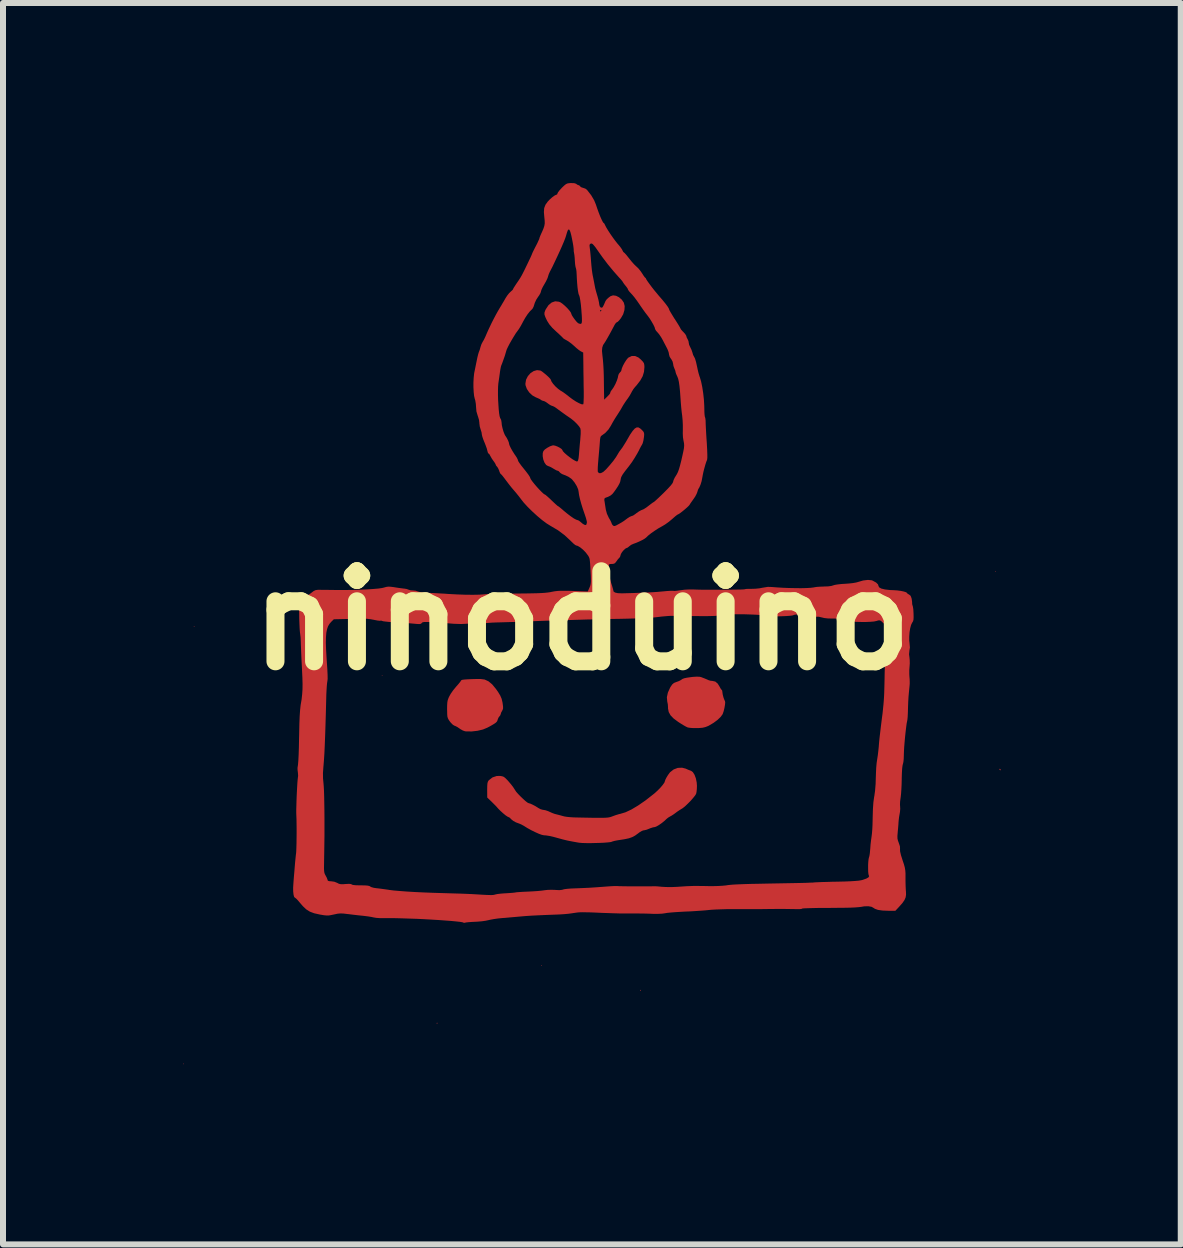
<source format=kicad_pcb>
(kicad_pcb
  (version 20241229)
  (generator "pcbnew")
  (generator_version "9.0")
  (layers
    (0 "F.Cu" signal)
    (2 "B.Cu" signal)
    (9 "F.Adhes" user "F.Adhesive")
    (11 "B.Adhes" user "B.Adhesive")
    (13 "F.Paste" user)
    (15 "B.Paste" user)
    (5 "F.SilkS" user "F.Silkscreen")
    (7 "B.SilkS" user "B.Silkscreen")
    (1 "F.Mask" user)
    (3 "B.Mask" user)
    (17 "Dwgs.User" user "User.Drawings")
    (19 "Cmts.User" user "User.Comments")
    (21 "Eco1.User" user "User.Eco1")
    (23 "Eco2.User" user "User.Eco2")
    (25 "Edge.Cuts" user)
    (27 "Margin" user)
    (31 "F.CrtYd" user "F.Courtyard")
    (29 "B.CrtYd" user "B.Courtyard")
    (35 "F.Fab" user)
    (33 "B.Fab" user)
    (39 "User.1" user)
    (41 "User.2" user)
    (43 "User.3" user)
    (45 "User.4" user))
  (footprint "ninoduino"
    (layer "F.Cu")
    (at 6.647 7.29)
    (property "Reference" "ninoduino" (at 0 0 0) (layer "F.SilkS") (effects (font (size 1.5 1.5) (thickness 0.3))))
    (attr board_only exclude_from_pos_files exclude_from_bom)
    (fp_poly (pts (xy -6.634 7.386) (xy -6.641 7.393) (xy -6.647 7.386) (xy -6.641 7.379)) (stroke (width 0) (type solid)) (fill yes) (layer "F.Cu"))
    (fp_poly (pts (xy -6.456 0.096) (xy -6.463 0.103) (xy -6.47 0.096) (xy -6.463 0.089)) (stroke (width 0) (type solid)) (fill yes) (layer "F.Cu"))
    (fp_poly (pts (xy -3.324 0.916) (xy -3.331 0.923) (xy -3.337 0.916) (xy -3.331 0.91)) (stroke (width 0) (type solid)) (fill yes) (layer "F.Cu"))
    (fp_poly (pts (xy -0.67 5.745) (xy -0.677 5.752) (xy -0.684 5.745) (xy -0.677 5.738)) (stroke (width 0) (type solid)) (fill yes) (layer "F.Cu"))
    (fp_poly (pts (xy 6.894 -0.821) (xy 6.887 -0.814) (xy 6.88 -0.821) (xy 6.887 -0.828)) (stroke (width 0) (type solid)) (fill yes) (layer "F.Cu"))
    (fp_poly (pts (xy -2.412 6.7) (xy -2.41 6.716) (xy -2.412 6.718) (xy -2.42 6.716) (xy -2.421 6.709) (xy -2.416 6.698)) (stroke (width 0) (type solid)) (fill yes) (layer "F.Cu"))
    (fp_poly (pts (xy 0.98 6.153) (xy 0.982 6.169) (xy 0.98 6.171) (xy 0.972 6.169) (xy 0.971 6.162) (xy 0.976 6.151)) (stroke (width 0) (type solid)) (fill yes) (layer "F.Cu"))
    (fp_poly (pts (xy 6.975 2.479) (xy 6.976 2.483) (xy 6.971 2.496) (xy 6.97 2.496) (xy 6.958 2.487) (xy 6.955 2.483) (xy 6.956 2.47) (xy 6.961 2.469)) (stroke (width 0) (type solid)) (fill yes) (layer "F.Cu"))
    (fp_poly (pts (xy -1.622 0.982) (xy -1.559 1.011) (xy -1.498 1.061) (xy -1.436 1.136) (xy -1.399 1.188) (xy -1.362 1.249) (xy -1.339 1.303) (xy -1.325 1.362) (xy -1.323 1.375) (xy -1.316 1.428) (xy -1.315 1.462) (xy -1.322 1.486) (xy -1.331 1.503) (xy -1.348 1.534) (xy -1.354 1.557) (xy -1.364 1.582) (xy -1.375 1.594) (xy -1.393 1.619) (xy -1.406 1.653) (xy -1.412 1.672) (xy -1.422 1.687) (xy -1.44 1.704) (xy -1.47 1.724) (xy -1.516 1.751) (xy -1.573 1.782) (xy -1.649 1.814) (xy -1.741 1.836) (xy -1.838 1.847) (xy -1.93 1.846) (xy -1.949 1.844) (xy -1.986 1.831) (xy -2.027 1.808) (xy -2.038 1.8) (xy -2.076 1.774) (xy -2.112 1.756) (xy -2.121 1.753) (xy -2.15 1.737) (xy -2.183 1.704) (xy -2.201 1.682) (xy -2.222 1.652) (xy -2.235 1.626) (xy -2.243 1.598) (xy -2.246 1.559) (xy -2.247 1.502) (xy -2.248 1.479) (xy -2.247 1.412) (xy -2.244 1.363) (xy -2.237 1.325) (xy -2.224 1.289) (xy -2.213 1.265) (xy -2.187 1.219) (xy -2.149 1.164) (xy -2.105 1.11) (xy -2.094 1.097) (xy -2.057 1.055) (xy -2.029 1.02) (xy -2.013 0.997) (xy -2.011 0.993) (xy -1.998 0.987) (xy -1.961 0.982) (xy -1.906 0.978) (xy -1.835 0.975) (xy -1.753 0.973) (xy -1.689 0.973)) (stroke (width 0) (type solid)) (fill yes) (layer "F.Cu"))
    (fp_poly (pts (xy 1.96 0.936) (xy 1.983 0.941) (xy 2.038 0.962) (xy 2.074 0.977) (xy 2.099 0.988) (xy 2.11 0.993) (xy 2.141 1.002) (xy 2.172 1.005) (xy 2.221 1.016) (xy 2.261 1.05) (xy 2.292 1.1) (xy 2.31 1.133) (xy 2.325 1.153) (xy 2.329 1.156) (xy 2.336 1.168) (xy 2.339 1.193) (xy 2.345 1.234) (xy 2.358 1.284) (xy 2.375 1.328) (xy 2.382 1.34) (xy 2.386 1.364) (xy 2.382 1.405) (xy 2.373 1.456) (xy 2.361 1.507) (xy 2.346 1.551) (xy 2.34 1.564) (xy 2.307 1.608) (xy 2.255 1.657) (xy 2.19 1.705) (xy 2.117 1.748) (xy 2.102 1.756) (xy 2.056 1.774) (xy 2.01 1.785) (xy 1.952 1.79) (xy 1.915 1.791) (xy 1.856 1.791) (xy 1.802 1.787) (xy 1.764 1.781) (xy 1.758 1.779) (xy 1.729 1.765) (xy 1.685 1.74) (xy 1.632 1.707) (xy 1.6 1.686) (xy 1.526 1.631) (xy 1.475 1.578) (xy 1.445 1.524) (xy 1.433 1.465) (xy 1.433 1.443) (xy 1.43 1.396) (xy 1.42 1.347) (xy 1.42 1.345) (xy 1.414 1.277) (xy 1.431 1.199) (xy 1.47 1.113) (xy 1.475 1.105) (xy 1.503 1.064) (xy 1.532 1.039) (xy 1.572 1.023) (xy 1.572 1.023) (xy 1.614 1.008) (xy 1.647 0.991) (xy 1.654 0.986) (xy 1.674 0.972) (xy 1.703 0.961) (xy 1.745 0.952) (xy 1.806 0.943) (xy 1.847 0.938) (xy 1.91 0.934)) (stroke (width 0) (type solid)) (fill yes) (layer "F.Cu"))
    (fp_poly (pts (xy 1.726 2.466) (xy 1.769 2.485) (xy 1.806 2.499) (xy 1.816 2.502) (xy 1.847 2.525) (xy 1.875 2.569) (xy 1.897 2.628) (xy 1.911 2.697) (xy 1.915 2.753) (xy 1.913 2.808) (xy 1.908 2.856) (xy 1.901 2.887) (xy 1.883 2.916) (xy 1.85 2.957) (xy 1.808 3.005) (xy 1.761 3.052) (xy 1.716 3.095) (xy 1.678 3.125) (xy 1.662 3.135) (xy 1.626 3.157) (xy 1.583 3.186) (xy 1.566 3.199) (xy 1.525 3.229) (xy 1.484 3.255) (xy 1.47 3.262) (xy 1.435 3.283) (xy 1.409 3.304) (xy 1.374 3.337) (xy 1.331 3.372) (xy 1.285 3.404) (xy 1.244 3.428) (xy 1.215 3.44) (xy 1.211 3.44) (xy 1.179 3.446) (xy 1.137 3.46) (xy 1.12 3.467) (xy 1.077 3.484) (xy 1.039 3.493) (xy 1.028 3.494) (xy 1 3.503) (xy 0.962 3.525) (xy 0.934 3.546) (xy 0.886 3.581) (xy 0.838 3.607) (xy 0.782 3.627) (xy 0.712 3.642) (xy 0.649 3.652) (xy 0.59 3.661) (xy 0.539 3.671) (xy 0.504 3.681) (xy 0.496 3.685) (xy 0.471 3.691) (xy 0.425 3.696) (xy 0.362 3.701) (xy 0.289 3.704) (xy 0.21 3.706) (xy 0.132 3.708) (xy 0.06 3.707) (xy -0.001 3.705) (xy -0.045 3.701) (xy -0.048 3.701) (xy -0.155 3.682) (xy -0.242 3.665) (xy -0.316 3.647) (xy -0.367 3.633) (xy -0.466 3.606) (xy -0.543 3.588) (xy -0.601 3.579) (xy -0.634 3.577) (xy -0.668 3.57) (xy -0.719 3.552) (xy -0.781 3.524) (xy -0.848 3.491) (xy -0.913 3.455) (xy -0.964 3.423) (xy -1.007 3.399) (xy -1.048 3.381) (xy -1.06 3.377) (xy -1.103 3.361) (xy -1.147 3.336) (xy -1.183 3.307) (xy -1.194 3.294) (xy -1.213 3.278) (xy -1.22 3.276) (xy -1.24 3.267) (xy -1.274 3.244) (xy -1.314 3.211) (xy -1.356 3.173) (xy -1.392 3.137) (xy -1.402 3.126) (xy -1.434 3.09) (xy -1.477 3.047) (xy -1.511 3.013) (xy -1.579 2.948) (xy -1.58 2.82) (xy -1.579 2.756) (xy -1.576 2.714) (xy -1.569 2.686) (xy -1.558 2.667) (xy -1.552 2.66) (xy -1.492 2.613) (xy -1.421 2.589) (xy -1.363 2.588) (xy -1.329 2.594) (xy -1.302 2.604) (xy -1.276 2.625) (xy -1.242 2.659) (xy -1.221 2.683) (xy -1.18 2.731) (xy -1.144 2.779) (xy -1.119 2.818) (xy -1.115 2.824) (xy -1.096 2.853) (xy -1.063 2.89) (xy -1.022 2.932) (xy -0.979 2.973) (xy -0.939 3.009) (xy -0.906 3.034) (xy -0.886 3.043) (xy -0.886 3.043) (xy -0.86 3.05) (xy -0.821 3.068) (xy -0.777 3.091) (xy -0.737 3.116) (xy -0.73 3.121) (xy -0.691 3.142) (xy -0.652 3.153) (xy -0.648 3.153) (xy -0.612 3.159) (xy -0.566 3.174) (xy -0.54 3.186) (xy -0.495 3.206) (xy -0.454 3.221) (xy -0.438 3.225) (xy -0.406 3.233) (xy -0.36 3.245) (xy -0.321 3.256) (xy -0.289 3.264) (xy -0.25 3.27) (xy -0.201 3.275) (xy -0.138 3.279) (xy -0.058 3.281) (xy 0.045 3.283) (xy 0.1 3.284) (xy 0.206 3.286) (xy 0.288 3.286) (xy 0.351 3.286) (xy 0.399 3.284) (xy 0.434 3.281) (xy 0.462 3.276) (xy 0.486 3.269) (xy 0.51 3.26) (xy 0.51 3.26) (xy 0.562 3.241) (xy 0.615 3.225) (xy 0.637 3.22) (xy 0.724 3.194) (xy 0.824 3.147) (xy 0.936 3.08) (xy 1.058 2.996) (xy 1.187 2.895) (xy 1.207 2.879) (xy 1.259 2.832) (xy 1.306 2.784) (xy 1.345 2.738) (xy 1.372 2.7) (xy 1.381 2.675) (xy 1.389 2.651) (xy 1.407 2.615) (xy 1.432 2.574) (xy 1.458 2.538) (xy 1.468 2.526) (xy 1.527 2.48) (xy 1.596 2.454) (xy 1.668 2.451)) (stroke (width 0) (type solid)) (fill yes) (layer "F.Cu"))
    (fp_poly (pts (xy -0.13 -7.288) (xy -0.098 -7.278) (xy -0.094 -7.274) (xy -0.07 -7.258) (xy -0.059 -7.256) (xy -0.038 -7.245) (xy -0.033 -7.237) (xy -0.015 -7.221) (xy 0.017 -7.21) (xy 0.018 -7.21) (xy 0.056 -7.197) (xy 0.083 -7.177) (xy 0.153 -7.087) (xy 0.202 -7.004) (xy 0.232 -6.931) (xy 0.254 -6.865) (xy 0.278 -6.799) (xy 0.302 -6.737) (xy 0.325 -6.685) (xy 0.344 -6.647) (xy 0.356 -6.628) (xy 0.358 -6.627) (xy 0.371 -6.616) (xy 0.383 -6.592) (xy 0.401 -6.556) (xy 0.432 -6.504) (xy 0.471 -6.444) (xy 0.514 -6.382) (xy 0.557 -6.324) (xy 0.595 -6.276) (xy 0.605 -6.265) (xy 0.638 -6.225) (xy 0.664 -6.188) (xy 0.676 -6.165) (xy 0.688 -6.142) (xy 0.697 -6.135) (xy 0.71 -6.124) (xy 0.735 -6.097) (xy 0.767 -6.057) (xy 0.787 -6.032) (xy 0.827 -5.982) (xy 0.867 -5.937) (xy 0.901 -5.904) (xy 0.911 -5.895) (xy 0.943 -5.864) (xy 0.978 -5.82) (xy 1.001 -5.786) (xy 1.026 -5.747) (xy 1.046 -5.72) (xy 1.056 -5.711) (xy 1.066 -5.7) (xy 1.067 -5.695) (xy 1.075 -5.679) (xy 1.097 -5.646) (xy 1.129 -5.602) (xy 1.167 -5.551) (xy 1.208 -5.499) (xy 1.249 -5.45) (xy 1.271 -5.423) (xy 1.341 -5.342) (xy 1.394 -5.277) (xy 1.43 -5.228) (xy 1.448 -5.197) (xy 1.45 -5.189) (xy 1.457 -5.171) (xy 1.477 -5.135) (xy 1.506 -5.087) (xy 1.541 -5.03) (xy 1.546 -5.024) (xy 1.582 -4.967) (xy 1.612 -4.919) (xy 1.632 -4.884) (xy 1.641 -4.866) (xy 1.641 -4.866) (xy 1.65 -4.85) (xy 1.673 -4.824) (xy 1.689 -4.808) (xy 1.718 -4.776) (xy 1.735 -4.749) (xy 1.738 -4.74) (xy 1.746 -4.713) (xy 1.758 -4.692) (xy 1.774 -4.657) (xy 1.778 -4.631) (xy 1.785 -4.595) (xy 1.803 -4.556) (xy 1.804 -4.554) (xy 1.825 -4.51) (xy 1.84 -4.465) (xy 1.851 -4.427) (xy 1.866 -4.398) (xy 1.867 -4.397) (xy 1.883 -4.366) (xy 1.9 -4.308) (xy 1.919 -4.223) (xy 1.928 -4.179) (xy 1.941 -4.125) (xy 1.958 -4.068) (xy 1.963 -4.056) (xy 1.984 -3.985) (xy 2.003 -3.894) (xy 2.019 -3.791) (xy 2.031 -3.683) (xy 2.037 -3.579) (xy 2.038 -3.535) (xy 2.039 -3.477) (xy 2.042 -3.43) (xy 2.046 -3.4) (xy 2.048 -3.393) (xy 2.054 -3.375) (xy 2.059 -3.338) (xy 2.06 -3.305) (xy 2.061 -3.267) (xy 2.064 -3.207) (xy 2.068 -3.132) (xy 2.073 -3.047) (xy 2.079 -2.962) (xy 2.085 -2.852) (xy 2.088 -2.768) (xy 2.088 -2.711) (xy 2.084 -2.679) (xy 2.082 -2.674) (xy 2.071 -2.647) (xy 2.056 -2.601) (xy 2.04 -2.544) (xy 2.024 -2.483) (xy 2.012 -2.425) (xy 2.005 -2.387) (xy 1.993 -2.324) (xy 1.975 -2.266) (xy 1.956 -2.221) (xy 1.947 -2.207) (xy 1.933 -2.181) (xy 1.922 -2.144) (xy 1.922 -2.144) (xy 1.909 -2.11) (xy 1.885 -2.065) (xy 1.854 -2.02) (xy 1.825 -1.979) (xy 1.802 -1.946) (xy 1.791 -1.927) (xy 1.79 -1.926) (xy 1.777 -1.911) (xy 1.749 -1.884) (xy 1.712 -1.852) (xy 1.673 -1.82) (xy 1.637 -1.792) (xy 1.611 -1.775) (xy 1.602 -1.771) (xy 1.587 -1.763) (xy 1.557 -1.74) (xy 1.518 -1.706) (xy 1.501 -1.691) (xy 1.447 -1.646) (xy 1.387 -1.603) (xy 1.332 -1.57) (xy 1.326 -1.567) (xy 1.271 -1.536) (xy 1.211 -1.497) (xy 1.152 -1.456) (xy 1.103 -1.417) (xy 1.07 -1.385) (xy 1.068 -1.383) (xy 1.044 -1.365) (xy 1.002 -1.341) (xy 0.948 -1.315) (xy 0.89 -1.291) (xy 0.859 -1.28) (xy 0.819 -1.262) (xy 0.788 -1.239) (xy 0.786 -1.237) (xy 0.762 -1.217) (xy 0.746 -1.211) (xy 0.724 -1.2) (xy 0.695 -1.174) (xy 0.667 -1.141) (xy 0.648 -1.109) (xy 0.643 -1.092) (xy 0.633 -1.06) (xy 0.62 -1.045) (xy 0.597 -1.02) (xy 0.573 -0.986) (xy 0.572 -0.985) (xy 0.549 -0.956) (xy 0.52 -0.945) (xy 0.496 -0.944) (xy 0.462 -0.942) (xy 0.449 -0.933) (xy 0.447 -0.911) (xy 0.447 -0.91) (xy 0.449 -0.876) (xy 0.451 -0.829) (xy 0.452 -0.8) (xy 0.457 -0.748) (xy 0.47 -0.684) (xy 0.486 -0.625) (xy 0.502 -0.576) (xy 0.514 -0.535) (xy 0.52 -0.511) (xy 0.52 -0.509) (xy 0.527 -0.483) (xy 0.552 -0.467) (xy 0.597 -0.457) (xy 0.665 -0.454) (xy 0.698 -0.455) (xy 0.85 -0.459) (xy 0.978 -0.464) (xy 1.086 -0.468) (xy 1.177 -0.473) (xy 1.255 -0.478) (xy 1.323 -0.484) (xy 1.357 -0.487) (xy 1.419 -0.493) (xy 1.471 -0.496) (xy 1.508 -0.497) (xy 1.522 -0.496) (xy 1.543 -0.494) (xy 1.584 -0.498) (xy 1.635 -0.505) (xy 1.642 -0.506) (xy 1.712 -0.515) (xy 1.789 -0.519) (xy 1.847 -0.519) (xy 1.897 -0.517) (xy 1.965 -0.515) (xy 2.046 -0.514) (xy 2.137 -0.514) (xy 2.233 -0.514) (xy 2.329 -0.514) (xy 2.424 -0.515) (xy 2.511 -0.516) (xy 2.587 -0.517) (xy 2.649 -0.518) (xy 2.692 -0.52) (xy 2.712 -0.522) (xy 2.713 -0.523) (xy 2.733 -0.527) (xy 2.772 -0.529) (xy 2.822 -0.529) (xy 2.825 -0.529) (xy 2.89 -0.531) (xy 2.958 -0.538) (xy 3.004 -0.547) (xy 3.097 -0.562) (xy 3.16 -0.56) (xy 3.248 -0.553) (xy 3.346 -0.547) (xy 3.448 -0.543) (xy 3.55 -0.541) (xy 3.647 -0.54) (xy 3.734 -0.542) (xy 3.806 -0.546) (xy 3.857 -0.552) (xy 3.871 -0.555) (xy 3.908 -0.561) (xy 3.961 -0.565) (xy 4.021 -0.567) (xy 4.032 -0.568) (xy 4.099 -0.57) (xy 4.153 -0.577) (xy 4.183 -0.586) (xy 4.212 -0.595) (xy 4.263 -0.603) (xy 4.327 -0.61) (xy 4.379 -0.613) (xy 4.448 -0.618) (xy 4.512 -0.625) (xy 4.564 -0.634) (xy 4.591 -0.641) (xy 4.683 -0.668) (xy 4.763 -0.678) (xy 4.826 -0.672) (xy 4.842 -0.666) (xy 4.9 -0.634) (xy 4.932 -0.603) (xy 4.938 -0.582) (xy 4.95 -0.555) (xy 4.986 -0.534) (xy 5.047 -0.519) (xy 5.134 -0.509) (xy 5.189 -0.507) (xy 5.251 -0.503) (xy 5.311 -0.495) (xy 5.363 -0.484) (xy 5.4 -0.472) (xy 5.416 -0.46) (xy 5.416 -0.458) (xy 5.427 -0.446) (xy 5.449 -0.434) (xy 5.475 -0.413) (xy 5.49 -0.374) (xy 5.493 -0.36) (xy 5.499 -0.319) (xy 5.501 -0.289) (xy 5.5 -0.283) (xy 5.505 -0.256) (xy 5.509 -0.249) (xy 5.514 -0.228) (xy 5.52 -0.188) (xy 5.523 -0.135) (xy 5.524 -0.116) (xy 5.525 -0.057) (xy 5.523 -0.017) (xy 5.516 0.01) (xy 5.503 0.032) (xy 5.5 0.036) (xy 5.483 0.072) (xy 5.468 0.128) (xy 5.457 0.195) (xy 5.452 0.266) (xy 5.452 0.332) (xy 5.457 0.375) (xy 5.463 0.449) (xy 5.456 0.492) (xy 5.449 0.561) (xy 5.455 0.606) (xy 5.46 0.656) (xy 5.461 0.716) (xy 5.458 0.759) (xy 5.453 0.823) (xy 5.453 0.892) (xy 5.455 0.93) (xy 5.459 0.977) (xy 5.46 1.016) (xy 5.46 1.055) (xy 5.456 1.101) (xy 5.45 1.162) (xy 5.446 1.204) (xy 5.44 1.273) (xy 5.435 1.357) (xy 5.432 1.441) (xy 5.431 1.477) (xy 5.429 1.544) (xy 5.426 1.606) (xy 5.421 1.654) (xy 5.417 1.676) (xy 5.409 1.715) (xy 5.401 1.775) (xy 5.392 1.85) (xy 5.383 1.935) (xy 5.375 2.022) (xy 5.368 2.107) (xy 5.364 2.182) (xy 5.362 2.242) (xy 5.362 2.249) (xy 5.36 2.305) (xy 5.355 2.354) (xy 5.348 2.386) (xy 5.346 2.391) (xy 5.34 2.417) (xy 5.334 2.466) (xy 5.33 2.537) (xy 5.327 2.624) (xy 5.327 2.646) (xy 5.325 2.73) (xy 5.321 2.812) (xy 5.316 2.884) (xy 5.31 2.94) (xy 5.307 2.96) (xy 5.3 3.015) (xy 5.298 3.065) (xy 5.3 3.095) (xy 5.302 3.135) (xy 5.298 3.187) (xy 5.293 3.215) (xy 5.283 3.272) (xy 5.276 3.332) (xy 5.274 3.354) (xy 5.271 3.401) (xy 5.266 3.462) (xy 5.26 3.525) (xy 5.26 3.529) (xy 5.255 3.588) (xy 5.256 3.631) (xy 5.264 3.666) (xy 5.278 3.704) (xy 5.297 3.761) (xy 5.299 3.806) (xy 5.298 3.808) (xy 5.3 3.846) (xy 5.314 3.907) (xy 5.341 3.992) (xy 5.341 3.993) (xy 5.364 4.061) (xy 5.378 4.113) (xy 5.386 4.159) (xy 5.39 4.21) (xy 5.39 4.274) (xy 5.39 4.278) (xy 5.39 4.351) (xy 5.392 4.425) (xy 5.395 4.489) (xy 5.397 4.51) (xy 5.399 4.566) (xy 5.392 4.612) (xy 5.373 4.656) (xy 5.34 4.704) (xy 5.289 4.762) (xy 5.282 4.77) (xy 5.221 4.835) (xy 5.11 4.835) (xy 5.008 4.831) (xy 4.931 4.82) (xy 4.88 4.802) (xy 4.864 4.791) (xy 4.826 4.769) (xy 4.769 4.759) (xy 4.7 4.761) (xy 4.655 4.769) (xy 4.615 4.774) (xy 4.552 4.779) (xy 4.466 4.783) (xy 4.355 4.785) (xy 4.219 4.786) (xy 4.131 4.787) (xy 4.023 4.787) (xy 3.923 4.788) (xy 3.835 4.79) (xy 3.763 4.792) (xy 3.709 4.794) (xy 3.677 4.796) (xy 3.67 4.798) (xy 3.662 4.802) (xy 3.65 4.805) (xy 3.63 4.807) (xy 3.598 4.807) (xy 3.551 4.807) (xy 3.482 4.806) (xy 3.419 4.805) (xy 3.348 4.804) (xy 3.262 4.804) (xy 3.176 4.805) (xy 3.132 4.805) (xy 3.074 4.806) (xy 2.994 4.807) (xy 2.899 4.807) (xy 2.794 4.807) (xy 2.686 4.807) (xy 2.614 4.807) (xy 2.508 4.807) (xy 2.403 4.808) (xy 2.305 4.811) (xy 2.22 4.814) (xy 2.154 4.818) (xy 2.122 4.821) (xy 2.064 4.827) (xy 1.987 4.833) (xy 1.897 4.839) (xy 1.802 4.845) (xy 1.723 4.848) (xy 1.635 4.853) (xy 1.551 4.858) (xy 1.477 4.864) (xy 1.419 4.87) (xy 1.383 4.876) (xy 1.333 4.883) (xy 1.268 4.886) (xy 1.198 4.886) (xy 1.185 4.886) (xy 1.116 4.883) (xy 1.032 4.881) (xy 0.947 4.88) (xy 0.903 4.88) (xy 0.832 4.88) (xy 0.763 4.88) (xy 0.706 4.88) (xy 0.677 4.88) (xy 0.643 4.88) (xy 0.586 4.878) (xy 0.513 4.876) (xy 0.429 4.873) (xy 0.338 4.87) (xy 0.315 4.869) (xy 0.208 4.864) (xy 0.124 4.861) (xy 0.059 4.86) (xy 0.009 4.859) (xy -0.031 4.86) (xy -0.065 4.862) (xy -0.096 4.866) (xy -0.131 4.871) (xy -0.164 4.876) (xy -0.222 4.884) (xy -0.297 4.891) (xy -0.376 4.896) (xy -0.424 4.898) (xy -0.585 4.904) (xy -0.722 4.91) (xy -0.841 4.916) (xy -0.945 4.923) (xy -1.026 4.93) (xy -1.104 4.937) (xy -1.196 4.945) (xy -1.285 4.953) (xy -1.327 4.956) (xy -1.399 4.963) (xy -1.469 4.973) (xy -1.528 4.984) (xy -1.559 4.991) (xy -1.606 5.001) (xy -1.67 5.01) (xy -1.741 5.016) (xy -1.778 5.018) (xy -1.84 5.021) (xy -1.893 5.025) (xy -1.93 5.029) (xy -1.943 5.032) (xy -1.966 5.036) (xy -1.973 5.033) (xy -1.992 5.026) (xy -2.035 5.019) (xy -2.1 5.012) (xy -2.182 5.004) (xy -2.279 4.997) (xy -2.388 4.989) (xy -2.505 4.982) (xy -2.627 4.975) (xy -2.751 4.969) (xy -2.874 4.965) (xy -2.993 4.961) (xy -3.104 4.958) (xy -3.205 4.957) (xy -3.292 4.957) (xy -3.313 4.957) (xy -3.372 4.957) (xy -3.428 4.953) (xy -3.469 4.946) (xy -3.47 4.946) (xy -3.507 4.938) (xy -3.562 4.929) (xy -3.625 4.921) (xy -3.652 4.918) (xy -3.73 4.91) (xy -3.816 4.9) (xy -3.896 4.89) (xy -3.908 4.889) (xy -3.974 4.881) (xy -4.024 4.879) (xy -4.07 4.883) (xy -4.122 4.894) (xy -4.136 4.897) (xy -4.184 4.907) (xy -4.221 4.913) (xy -4.257 4.913) (xy -4.3 4.909) (xy -4.359 4.899) (xy -4.375 4.896) (xy -4.464 4.876) (xy -4.535 4.849) (xy -4.595 4.811) (xy -4.653 4.756) (xy -4.701 4.7) (xy -4.734 4.661) (xy -4.763 4.631) (xy -4.781 4.618) (xy -4.783 4.617) (xy -4.796 4.604) (xy -4.806 4.568) (xy -4.812 4.515) (xy -4.813 4.451) (xy -4.809 4.385) (xy -4.805 4.329) (xy -4.799 4.255) (xy -4.792 4.174) (xy -4.787 4.11) (xy -4.781 4.037) (xy -4.774 3.967) (xy -4.768 3.908) (xy -4.763 3.871) (xy -4.761 3.839) (xy -4.759 3.786) (xy -4.757 3.716) (xy -4.756 3.635) (xy -4.755 3.549) (xy -4.755 3.463) (xy -4.756 3.382) (xy -4.757 3.312) (xy -4.759 3.259) (xy -4.76 3.235) (xy -4.761 3.203) (xy -4.761 3.151) (xy -4.759 3.084) (xy -4.757 3.006) (xy -4.754 2.924) (xy -4.75 2.842) (xy -4.746 2.767) (xy -4.742 2.702) (xy -4.738 2.653) (xy -4.735 2.627) (xy -4.735 2.626) (xy -4.73 2.585) (xy -4.733 2.539) (xy -4.316 2.539) (xy -4.315 2.628) (xy -4.307 2.713) (xy -4.303 2.762) (xy -4.299 2.834) (xy -4.296 2.927) (xy -4.294 3.037) (xy -4.292 3.161) (xy -4.291 3.296) (xy -4.291 3.438) (xy -4.291 3.584) (xy -4.293 3.731) (xy -4.295 3.874) (xy -4.297 3.987) (xy -4.298 4.068) (xy -4.299 4.127) (xy -4.297 4.169) (xy -4.293 4.198) (xy -4.286 4.221) (xy -4.276 4.24) (xy -4.271 4.249) (xy -4.252 4.285) (xy -4.241 4.314) (xy -4.24 4.32) (xy -4.233 4.335) (xy -4.209 4.342) (xy -4.182 4.343) (xy -4.126 4.351) (xy -4.079 4.37) (xy -4.05 4.385) (xy -4.018 4.392) (xy -3.976 4.392) (xy -3.941 4.389) (xy -3.881 4.386) (xy -3.847 4.39) (xy -3.838 4.396) (xy -3.819 4.404) (xy -3.775 4.409) (xy -3.708 4.411) (xy -3.687 4.411) (xy -3.616 4.412) (xy -3.568 4.416) (xy -3.54 4.423) (xy -3.53 4.43) (xy -3.509 4.441) (xy -3.47 4.452) (xy -3.43 4.458) (xy -3.377 4.464) (xy -3.309 4.473) (xy -3.237 4.483) (xy -3.207 4.488) (xy -3.135 4.497) (xy -3.039 4.505) (xy -2.923 4.514) (xy -2.79 4.522) (xy -2.645 4.529) (xy -2.491 4.535) (xy -2.331 4.54) (xy -2.23 4.543) (xy -2.13 4.546) (xy -2.025 4.549) (xy -1.922 4.553) (xy -1.831 4.557) (xy -1.778 4.56) (xy -1.681 4.566) (xy -1.608 4.57) (xy -1.553 4.572) (xy -1.514 4.573) (xy -1.486 4.572) (xy -1.465 4.569) (xy -1.448 4.564) (xy -1.442 4.563) (xy -1.411 4.556) (xy -1.361 4.55) (xy -1.301 4.545) (xy -1.264 4.543) (xy -1.204 4.539) (xy -1.153 4.535) (xy -1.118 4.531) (xy -1.107 4.529) (xy -1.087 4.526) (xy -1.045 4.523) (xy -0.986 4.519) (xy -0.918 4.516) (xy -0.895 4.515) (xy -0.817 4.511) (xy -0.743 4.506) (xy -0.679 4.5) (xy -0.633 4.494) (xy -0.628 4.493) (xy -0.575 4.487) (xy -0.51 4.485) (xy -0.45 4.487) (xy -0.379 4.491) (xy -0.332 4.486) (xy -0.317 4.481) (xy -0.293 4.475) (xy -0.247 4.469) (xy -0.184 4.464) (xy -0.109 4.461) (xy -0.079 4.46) (xy 0.017 4.456) (xy 0.125 4.451) (xy 0.232 4.444) (xy 0.325 4.437) (xy 0.328 4.437) (xy 0.405 4.431) (xy 0.477 4.426) (xy 0.538 4.423) (xy 0.58 4.423) (xy 0.588 4.423) (xy 0.622 4.425) (xy 0.676 4.426) (xy 0.744 4.427) (xy 0.821 4.428) (xy 0.902 4.428) (xy 0.982 4.428) (xy 1.055 4.428) (xy 1.118 4.428) (xy 1.164 4.427) (xy 1.189 4.426) (xy 1.19 4.426) (xy 1.212 4.426) (xy 1.254 4.428) (xy 1.308 4.433) (xy 1.327 4.435) (xy 1.401 4.439) (xy 1.491 4.44) (xy 1.585 4.436) (xy 1.614 4.434) (xy 1.689 4.429) (xy 1.751 4.425) (xy 1.806 4.423) (xy 1.861 4.421) (xy 1.922 4.421) (xy 1.996 4.422) (xy 2.091 4.423) (xy 2.106 4.424) (xy 2.187 4.424) (xy 2.267 4.422) (xy 2.338 4.418) (xy 2.392 4.413) (xy 2.4 4.412) (xy 2.432 4.407) (xy 2.469 4.403) (xy 2.514 4.399) (xy 2.569 4.396) (xy 2.637 4.393) (xy 2.719 4.39) (xy 2.818 4.387) (xy 2.936 4.385) (xy 3.075 4.382) (xy 3.238 4.379) (xy 3.347 4.377) (xy 3.46 4.375) (xy 3.565 4.373) (xy 3.66 4.371) (xy 3.74 4.369) (xy 3.803 4.366) (xy 3.845 4.365) (xy 3.86 4.363) (xy 3.886 4.361) (xy 3.935 4.359) (xy 4.002 4.356) (xy 4.085 4.354) (xy 4.177 4.351) (xy 4.254 4.35) (xy 4.377 4.347) (xy 4.475 4.343) (xy 4.552 4.338) (xy 4.61 4.333) (xy 4.652 4.326) (xy 4.673 4.321) (xy 4.736 4.299) (xy 4.773 4.278) (xy 4.784 4.258) (xy 4.778 4.245) (xy 4.772 4.223) (xy 4.768 4.182) (xy 4.767 4.129) (xy 4.767 4.071) (xy 4.77 4.016) (xy 4.775 3.972) (xy 4.781 3.946) (xy 4.782 3.944) (xy 4.788 3.923) (xy 4.795 3.882) (xy 4.8 3.827) (xy 4.803 3.796) (xy 4.808 3.727) (xy 4.816 3.659) (xy 4.824 3.602) (xy 4.826 3.587) (xy 4.831 3.546) (xy 4.836 3.485) (xy 4.84 3.41) (xy 4.842 3.327) (xy 4.843 3.279) (xy 4.847 3.141) (xy 4.855 3.026) (xy 4.868 2.933) (xy 4.87 2.927) (xy 4.883 2.833) (xy 4.892 2.721) (xy 4.895 2.618) (xy 4.898 2.535) (xy 4.902 2.45) (xy 4.909 2.372) (xy 4.918 2.312) (xy 4.929 2.24) (xy 4.938 2.163) (xy 4.945 2.094) (xy 4.945 2.088) (xy 4.951 2.017) (xy 4.959 1.939) (xy 4.966 1.881) (xy 4.982 1.746) (xy 4.996 1.634) (xy 5.008 1.542) (xy 5.016 1.463) (xy 5.023 1.395) (xy 5.028 1.333) (xy 5.032 1.273) (xy 5.035 1.211) (xy 5.037 1.142) (xy 5.039 1.062) (xy 5.041 0.971) (xy 5.042 0.906) (xy 5.044 0.82) (xy 5.047 0.719) (xy 5.049 0.611) (xy 5.052 0.501) (xy 5.054 0.438) (xy 5.063 0.082) (xy 5.014 0.035) (xy 4.984 0.007) (xy 4.962 -0.004) (xy 4.937 -0.003) (xy 4.907 0.006) (xy 4.865 0.015) (xy 4.805 0.02) (xy 4.733 0.023) (xy 4.653 0.023) (xy 4.572 0.021) (xy 4.494 0.016) (xy 4.425 0.01) (xy 4.369 0.002) (xy 4.332 -0.008) (xy 4.321 -0.015) (xy 4.304 -0.025) (xy 4.269 -0.031) (xy 4.213 -0.034) (xy 4.172 -0.034) (xy 4.096 -0.036) (xy 4.035 -0.043) (xy 3.995 -0.053) (xy 3.994 -0.053) (xy 3.948 -0.064) (xy 3.896 -0.065) (xy 3.892 -0.065) (xy 3.836 -0.066) (xy 3.776 -0.079) (xy 3.771 -0.081) (xy 3.725 -0.092) (xy 3.671 -0.099) (xy 3.615 -0.102) (xy 3.566 -0.101) (xy 3.531 -0.095) (xy 3.521 -0.09) (xy 3.503 -0.085) (xy 3.462 -0.08) (xy 3.407 -0.076) (xy 3.341 -0.073) (xy 3.273 -0.071) (xy 3.206 -0.071) (xy 3.148 -0.072) (xy 3.105 -0.075) (xy 3.084 -0.078) (xy 3.043 -0.086) (xy 2.98 -0.093) (xy 2.9 -0.098) (xy 2.808 -0.102) (xy 2.711 -0.105) (xy 2.612 -0.106) (xy 2.518 -0.105) (xy 2.433 -0.103) (xy 2.363 -0.098) (xy 2.312 -0.092) (xy 2.298 -0.089) (xy 2.266 -0.083) (xy 2.217 -0.078) (xy 2.149 -0.076) (xy 2.06 -0.074) (xy 1.947 -0.075) (xy 1.901 -0.075) (xy 1.804 -0.076) (xy 1.712 -0.077) (xy 1.63 -0.078) (xy 1.563 -0.079) (xy 1.515 -0.079) (xy 1.498 -0.079) (xy 1.453 -0.078) (xy 1.392 -0.073) (xy 1.325 -0.067) (xy 1.293 -0.063) (xy 1.234 -0.056) (xy 1.175 -0.05) (xy 1.112 -0.046) (xy 1.042 -0.042) (xy 0.96 -0.038) (xy 0.864 -0.035) (xy 0.75 -0.032) (xy 0.613 -0.029) (xy 0.533 -0.028) (xy 0.42 -0.026) (xy 0.301 -0.023) (xy 0.182 -0.02) (xy 0.073 -0.018) (xy -0.02 -0.015) (xy -0.062 -0.014) (xy -0.161 -0.011) (xy -0.272 -0.007) (xy -0.383 -0.004) (xy -0.482 -0.001) (xy -0.506 -0.001) (xy -0.602 0.002) (xy -0.71 0.006) (xy -0.817 0.01) (xy -0.911 0.014) (xy -0.916 0.014) (xy -1.003 0.018) (xy -1.107 0.022) (xy -1.215 0.025) (xy -1.318 0.028) (xy -1.351 0.029) (xy -1.43 0.031) (xy -1.5 0.034) (xy -1.556 0.038) (xy -1.594 0.041) (xy -1.607 0.044) (xy -1.63 0.049) (xy -1.671 0.05) (xy -1.718 0.048) (xy -1.78 0.046) (xy -1.853 0.047) (xy -1.917 0.052) (xy -2.015 0.057) (xy -2.135 0.053) (xy -2.199 0.048) (xy -2.283 0.04) (xy -2.375 0.034) (xy -2.461 0.028) (xy -2.516 0.025) (xy -2.581 0.023) (xy -2.625 0.023) (xy -2.651 0.027) (xy -2.665 0.034) (xy -2.671 0.041) (xy -2.683 0.053) (xy -2.708 0.058) (xy -2.75 0.056) (xy -2.761 0.055) (xy -2.849 0.047) (xy -2.933 0.04) (xy -3.023 0.034) (xy -3.128 0.027) (xy -3.153 0.026) (xy -3.218 0.022) (xy -3.273 0.016) (xy -3.313 0.011) (xy -3.332 0.005) (xy -3.35 -0.001) (xy -3.355 0.002) (xy -3.371 0.003) (xy -3.407 -0.001) (xy -3.455 -0.01) (xy -3.463 -0.012) (xy -3.523 -0.023) (xy -3.581 -0.03) (xy -3.625 -0.033) (xy -3.66 -0.032) (xy -3.715 -0.031) (xy -3.786 -0.029) (xy -3.865 -0.028) (xy -3.91 -0.027) (xy -4.135 -0.022) (xy -4.178 0.02) (xy -4.207 0.054) (xy -4.231 0.094) (xy -4.248 0.143) (xy -4.26 0.204) (xy -4.266 0.279) (xy -4.268 0.372) (xy -4.264 0.484) (xy -4.256 0.62) (xy -4.251 0.697) (xy -4.243 0.814) (xy -4.239 0.905) (xy -4.238 0.97) (xy -4.242 1.008) (xy -4.243 1.012) (xy -4.247 1.038) (xy -4.252 1.087) (xy -4.256 1.153) (xy -4.26 1.231) (xy -4.262 1.313) (xy -4.268 1.542) (xy -4.274 1.745) (xy -4.28 1.923) (xy -4.286 2.077) (xy -4.292 2.208) (xy -4.299 2.317) (xy -4.306 2.406) (xy -4.309 2.44) (xy -4.316 2.539) (xy -4.733 2.539) (xy -4.733 2.538) (xy -4.734 2.53) (xy -4.739 2.488) (xy -4.74 2.454) (xy -4.739 2.448) (xy -4.732 2.401) (xy -4.726 2.329) (xy -4.721 2.23) (xy -4.717 2.105) (xy -4.714 1.953) (xy -4.712 1.867) (xy -4.709 1.717) (xy -4.704 1.591) (xy -4.697 1.491) (xy -4.689 1.417) (xy -4.687 1.402) (xy -4.672 1.314) (xy -4.663 1.231) (xy -4.657 1.146) (xy -4.656 1.054) (xy -4.659 0.947) (xy -4.665 0.82) (xy -4.665 0.814) (xy -4.67 0.719) (xy -4.675 0.622) (xy -4.679 0.53) (xy -4.682 0.452) (xy -4.684 0.404) (xy -4.686 0.339) (xy -4.689 0.28) (xy -4.694 0.236) (xy -4.696 0.219) (xy -4.7 0.191) (xy -4.704 0.142) (xy -4.707 0.077) (xy -4.71 0.003) (xy -4.711 -0.031) (xy -4.712 -0.111) (xy -4.713 -0.169) (xy -4.711 -0.209) (xy -4.707 -0.237) (xy -4.7 -0.257) (xy -4.69 -0.275) (xy -4.683 -0.284) (xy -4.653 -0.327) (xy -4.623 -0.371) (xy -4.622 -0.373) (xy -4.6 -0.401) (xy -4.583 -0.416) (xy -4.58 -0.417) (xy -4.562 -0.425) (xy -4.532 -0.446) (xy -4.507 -0.465) (xy -4.47 -0.493) (xy -4.438 -0.508) (xy -4.399 -0.513) (xy -4.368 -0.513) (xy -4.326 -0.512) (xy -4.263 -0.512) (xy -4.187 -0.511) (xy -4.106 -0.51) (xy -4.076 -0.51) (xy -3.944 -0.51) (xy -3.814 -0.511) (xy -3.69 -0.515) (xy -3.577 -0.52) (xy -3.476 -0.527) (xy -3.393 -0.534) (xy -3.331 -0.543) (xy -3.301 -0.55) (xy -3.262 -0.561) (xy -3.227 -0.566) (xy -3.187 -0.564) (xy -3.132 -0.557) (xy -3.116 -0.554) (xy -3.057 -0.545) (xy -3.004 -0.538) (xy -2.966 -0.533) (xy -2.96 -0.533) (xy -2.919 -0.526) (xy -2.89 -0.515) (xy -2.856 -0.505) (xy -2.815 -0.502) (xy -2.815 -0.502) (xy -2.772 -0.498) (xy -2.735 -0.485) (xy -2.706 -0.477) (xy -2.659 -0.469) (xy -2.602 -0.464) (xy -2.585 -0.464) (xy -2.531 -0.461) (xy -2.457 -0.458) (xy -2.372 -0.453) (xy -2.282 -0.448) (xy -2.23 -0.444) (xy -2.08 -0.436) (xy -1.941 -0.431) (xy -1.815 -0.43) (xy -1.708 -0.432) (xy -1.623 -0.438) (xy -1.614 -0.439) (xy -1.582 -0.441) (xy -1.527 -0.443) (xy -1.452 -0.445) (xy -1.361 -0.447) (xy -1.259 -0.449) (xy -1.149 -0.45) (xy -1.081 -0.451) (xy -0.947 -0.452) (xy -0.837 -0.454) (xy -0.748 -0.456) (xy -0.676 -0.459) (xy -0.617 -0.463) (xy -0.569 -0.468) (xy -0.528 -0.474) (xy -0.506 -0.479) (xy -0.457 -0.488) (xy -0.409 -0.494) (xy -0.355 -0.497) (xy -0.291 -0.497) (xy -0.209 -0.496) (xy -0.147 -0.494) (xy 0.096 -0.485) (xy 0.125 -0.55) (xy 0.137 -0.58) (xy 0.144 -0.61) (xy 0.148 -0.645) (xy 0.148 -0.691) (xy 0.146 -0.756) (xy 0.144 -0.786) (xy 0.14 -0.875) (xy 0.136 -0.94) (xy 0.132 -0.986) (xy 0.128 -1.019) (xy 0.123 -1.041) (xy 0.116 -1.058) (xy 0.107 -1.074) (xy 0.103 -1.081) (xy 0.064 -1.133) (xy 0.018 -1.181) (xy -0.03 -1.22) (xy -0.072 -1.245) (xy -0.098 -1.252) (xy -0.115 -1.261) (xy -0.145 -1.286) (xy -0.181 -1.321) (xy -0.191 -1.331) (xy -0.29 -1.423) (xy -0.4 -1.505) (xy -0.527 -1.58) (xy -0.591 -1.62) (xy -0.666 -1.676) (xy -0.747 -1.744) (xy -0.829 -1.819) (xy -0.905 -1.894) (xy -0.971 -1.966) (xy -1.012 -2.018) (xy -1.054 -2.073) (xy -1.1 -2.13) (xy -1.137 -2.173) (xy -1.176 -2.219) (xy -1.221 -2.276) (xy -1.265 -2.334) (xy -1.271 -2.342) (xy -1.304 -2.386) (xy -1.331 -2.42) (xy -1.349 -2.439) (xy -1.353 -2.442) (xy -1.363 -2.453) (xy -1.376 -2.483) (xy -1.379 -2.495) (xy -1.395 -2.533) (xy -1.412 -2.561) (xy -1.416 -2.565) (xy -1.433 -2.585) (xy -1.436 -2.595) (xy -1.444 -2.613) (xy -1.463 -2.644) (xy -1.474 -2.658) (xy -1.502 -2.698) (xy -1.524 -2.737) (xy -1.529 -2.746) (xy -1.544 -2.773) (xy -1.557 -2.783) (xy -1.567 -2.795) (xy -1.576 -2.825) (xy -1.577 -2.83) (xy -1.586 -2.866) (xy -1.604 -2.916) (xy -1.625 -2.97) (xy -1.627 -2.973) (xy -1.647 -3.024) (xy -1.662 -3.069) (xy -1.669 -3.1) (xy -1.669 -3.102) (xy -1.674 -3.137) (xy -1.687 -3.179) (xy -1.689 -3.185) (xy -1.703 -3.232) (xy -1.71 -3.285) (xy -1.71 -3.293) (xy -1.716 -3.343) (xy -1.732 -3.397) (xy -1.737 -3.411) (xy -1.759 -3.485) (xy -1.765 -3.554) (xy -1.769 -3.612) (xy -1.779 -3.671) (xy -1.788 -3.7) (xy -1.798 -3.745) (xy -1.805 -3.81) (xy -1.806 -3.835) (xy -1.4 -3.835) (xy -1.4 -3.759) (xy -1.398 -3.678) (xy -1.393 -3.597) (xy -1.388 -3.521) (xy -1.381 -3.455) (xy -1.373 -3.405) (xy -1.364 -3.376) (xy -1.362 -3.373) (xy -1.347 -3.343) (xy -1.34 -3.303) (xy -1.34 -3.3) (xy -1.336 -3.257) (xy -1.324 -3.203) (xy -1.308 -3.148) (xy -1.29 -3.103) (xy -1.28 -3.084) (xy -1.254 -3.044) (xy -1.232 -3.001) (xy -1.219 -2.967) (xy -1.217 -2.956) (xy -1.21 -2.926) (xy -1.189 -2.88) (xy -1.159 -2.826) (xy -1.123 -2.769) (xy -1.112 -2.754) (xy -1.087 -2.716) (xy -1.071 -2.684) (xy -1.067 -2.67) (xy -1.059 -2.65) (xy -1.036 -2.616) (xy -1.005 -2.574) (xy -0.995 -2.562) (xy -0.935 -2.487) (xy -0.892 -2.43) (xy -0.868 -2.392) (xy -0.862 -2.375) (xy -0.853 -2.355) (xy -0.829 -2.321) (xy -0.795 -2.278) (xy -0.755 -2.231) (xy -0.712 -2.184) (xy -0.673 -2.144) (xy -0.641 -2.114) (xy -0.62 -2.1) (xy -0.617 -2.1) (xy -0.604 -2.091) (xy -0.576 -2.067) (xy -0.537 -2.032) (xy -0.508 -2.004) (xy -0.466 -1.964) (xy -0.431 -1.932) (xy -0.408 -1.912) (xy -0.401 -1.908) (xy -0.388 -1.9) (xy -0.36 -1.878) (xy -0.322 -1.846) (xy -0.31 -1.835) (xy -0.247 -1.783) (xy -0.188 -1.738) (xy -0.137 -1.703) (xy -0.098 -1.682) (xy -0.079 -1.676) (xy -0.055 -1.667) (xy -0.033 -1.651) (xy 0.016 -1.61) (xy 0.051 -1.592) (xy 0.07 -1.596) (xy 0.071 -1.597) (xy 0.08 -1.625) (xy 0.082 -1.641) (xy 0.077 -1.665) (xy 0.066 -1.708) (xy 0.049 -1.76) (xy 0.043 -1.777) (xy 0.013 -1.864) (xy -0.013 -1.948) (xy -0.034 -2.025) (xy -0.048 -2.088) (xy -0.055 -2.133) (xy -0.055 -2.139) (xy -0.064 -2.186) (xy -0.088 -2.242) (xy -0.123 -2.299) (xy -0.163 -2.349) (xy -0.179 -2.364) (xy -0.225 -2.396) (xy -0.278 -2.421) (xy -0.293 -2.426) (xy -0.333 -2.442) (xy -0.363 -2.462) (xy -0.37 -2.47) (xy -0.39 -2.491) (xy -0.403 -2.496) (xy -0.426 -2.503) (xy -0.46 -2.522) (xy -0.475 -2.531) (xy -0.516 -2.555) (xy -0.554 -2.572) (xy -0.564 -2.574) (xy -0.597 -2.593) (xy -0.625 -2.632) (xy -0.645 -2.683) (xy -0.655 -2.739) (xy -0.654 -2.791) (xy -0.643 -2.825) (xy -0.619 -2.851) (xy -0.579 -2.879) (xy -0.533 -2.904) (xy -0.492 -2.918) (xy -0.478 -2.92) (xy -0.446 -2.914) (xy -0.407 -2.899) (xy -0.369 -2.879) (xy -0.34 -2.859) (xy -0.328 -2.843) (xy -0.318 -2.822) (xy -0.29 -2.792) (xy -0.25 -2.757) (xy -0.204 -2.721) (xy -0.158 -2.688) (xy -0.117 -2.664) (xy -0.088 -2.651) (xy -0.078 -2.651) (xy -0.066 -2.667) (xy -0.057 -2.707) (xy -0.05 -2.773) (xy -0.05 -2.779) (xy -0.044 -2.851) (xy -0.037 -2.935) (xy -0.029 -3.015) (xy -0.028 -3.033) (xy -0.022 -3.111) (xy -0.022 -3.168) (xy -0.027 -3.201) (xy -0.048 -3.235) (xy -0.085 -3.278) (xy -0.132 -3.324) (xy -0.183 -3.365) (xy -0.203 -3.379) (xy -0.26 -3.418) (xy -0.327 -3.466) (xy -0.393 -3.514) (xy -0.433 -3.544) (xy -0.466 -3.565) (xy -0.492 -3.576) (xy -0.496 -3.577) (xy -0.518 -3.585) (xy -0.551 -3.605) (xy -0.568 -3.618) (xy -0.602 -3.642) (xy -0.631 -3.657) (xy -0.64 -3.659) (xy -0.668 -3.667) (xy -0.683 -3.677) (xy -0.708 -3.693) (xy -0.748 -3.711) (xy -0.768 -3.719) (xy -0.827 -3.752) (xy -0.879 -3.801) (xy -0.919 -3.86) (xy -0.941 -3.921) (xy -0.943 -3.949) (xy -0.932 -4.014) (xy -0.902 -4.073) (xy -0.859 -4.122) (xy -0.806 -4.157) (xy -0.75 -4.173) (xy -0.693 -4.166) (xy -0.691 -4.165) (xy -0.667 -4.151) (xy -0.634 -4.125) (xy -0.596 -4.094) (xy -0.56 -4.061) (xy -0.533 -4.033) (xy -0.52 -4.015) (xy -0.52 -4.014) (xy -0.509 -3.985) (xy -0.482 -3.946) (xy -0.444 -3.903) (xy -0.399 -3.862) (xy -0.355 -3.83) (xy -0.342 -3.823) (xy -0.315 -3.806) (xy -0.275 -3.777) (xy -0.229 -3.742) (xy -0.219 -3.733) (xy -0.159 -3.688) (xy -0.101 -3.65) (xy -0.049 -3.622) (xy -0.009 -3.605) (xy 0.017 -3.603) (xy 0.022 -3.606) (xy 0.025 -3.625) (xy 0.027 -3.666) (xy 0.029 -3.723) (xy 0.029 -3.792) (xy 0.029 -3.822) (xy 0.027 -3.912) (xy 0.026 -4.017) (xy 0.024 -4.126) (xy 0.023 -4.227) (xy 0.023 -4.244) (xy 0.02 -4.466) (xy -0.021 -4.487) (xy -0.052 -4.508) (xy -0.093 -4.541) (xy -0.13 -4.575) (xy -0.175 -4.614) (xy -0.222 -4.649) (xy -0.255 -4.669) (xy -0.29 -4.688) (xy -0.313 -4.704) (xy -0.317 -4.708) (xy -0.328 -4.721) (xy -0.356 -4.748) (xy -0.395 -4.785) (xy -0.431 -4.817) (xy -0.497 -4.88) (xy -0.545 -4.937) (xy -0.581 -4.994) (xy -0.585 -5.002) (xy -0.611 -5.057) (xy -0.625 -5.097) (xy -0.626 -5.129) (xy -0.615 -5.163) (xy -0.603 -5.188) (xy -0.558 -5.256) (xy -0.505 -5.3) (xy -0.447 -5.32) (xy -0.385 -5.313) (xy -0.358 -5.302) (xy -0.325 -5.279) (xy -0.285 -5.245) (xy -0.245 -5.206) (xy -0.21 -5.166) (xy -0.186 -5.133) (xy -0.178 -5.112) (xy -0.17 -5.09) (xy -0.149 -5.056) (xy -0.121 -5.017) (xy -0.092 -4.981) (xy -0.068 -4.958) (xy -0.06 -4.953) (xy -0.033 -4.944) (xy -0.015 -4.945) (xy -0.005 -4.959) (xy -0.001 -4.991) (xy -0.002 -5.044) (xy -0.004 -5.085) (xy -0.01 -5.163) (xy 0.301 -5.163) (xy 0.306 -5.15) (xy 0.307 -5.15) (xy 0.319 -5.159) (xy 0.321 -5.163) (xy 0.32 -5.176) (xy 0.315 -5.177) (xy 0.301 -5.167) (xy 0.301 -5.163) (xy -0.01 -5.163) (xy -0.011 -5.18) (xy -0.019 -5.266) (xy -0.029 -5.338) (xy -0.039 -5.392) (xy -0.049 -5.423) (xy -0.052 -5.427) (xy -0.059 -5.449) (xy -0.067 -5.493) (xy -0.075 -5.553) (xy -0.081 -5.623) (xy -0.086 -5.698) (xy -0.089 -5.766) (xy -0.092 -5.816) (xy -0.097 -5.855) (xy -0.103 -5.875) (xy -0.109 -5.898) (xy -0.115 -5.939) (xy -0.119 -5.99) (xy -0.119 -5.991) (xy -0.122 -6.044) (xy -0.127 -6.092) (xy -0.132 -6.121) (xy -0.138 -6.156) (xy -0.138 -6.177) (xy -0.14 -6.204) (xy -0.146 -6.25) (xy -0.146 -6.251) (xy 0.125 -6.251) (xy 0.129 -6.213) (xy 0.13 -6.206) (xy 0.135 -6.166) (xy 0.141 -6.106) (xy 0.147 -6.038) (xy 0.151 -5.984) (xy 0.157 -5.913) (xy 0.164 -5.845) (xy 0.172 -5.788) (xy 0.177 -5.758) (xy 0.189 -5.7) (xy 0.201 -5.638) (xy 0.204 -5.622) (xy 0.213 -5.574) (xy 0.221 -5.535) (xy 0.231 -5.496) (xy 0.245 -5.447) (xy 0.259 -5.4) (xy 0.273 -5.347) (xy 0.283 -5.301) (xy 0.287 -5.27) (xy 0.287 -5.27) (xy 0.295 -5.237) (xy 0.312 -5.216) (xy 0.333 -5.214) (xy 0.337 -5.216) (xy 0.35 -5.233) (xy 0.367 -5.267) (xy 0.375 -5.286) (xy 0.392 -5.325) (xy 0.413 -5.354) (xy 0.444 -5.382) (xy 0.475 -5.405) (xy 0.517 -5.419) (xy 0.567 -5.412) (xy 0.617 -5.387) (xy 0.663 -5.347) (xy 0.697 -5.297) (xy 0.711 -5.241) (xy 0.707 -5.174) (xy 0.686 -5.104) (xy 0.649 -5.04) (xy 0.621 -5.004) (xy 0.596 -4.979) (xy 0.583 -4.972) (xy 0.566 -4.961) (xy 0.547 -4.934) (xy 0.543 -4.927) (xy 0.515 -4.874) (xy 0.483 -4.814) (xy 0.45 -4.754) (xy 0.42 -4.701) (xy 0.395 -4.658) (xy 0.379 -4.633) (xy 0.377 -4.63) (xy 0.351 -4.591) (xy 0.337 -4.547) (xy 0.333 -4.492) (xy 0.34 -4.419) (xy 0.343 -4.394) (xy 0.349 -4.337) (xy 0.355 -4.26) (xy 0.36 -4.171) (xy 0.363 -4.079) (xy 0.364 -4.021) (xy 0.365 -3.938) (xy 0.366 -3.862) (xy 0.367 -3.797) (xy 0.368 -3.75) (xy 0.368 -3.728) (xy 0.369 -3.681) (xy 0.423 -3.734) (xy 0.452 -3.764) (xy 0.469 -3.788) (xy 0.471 -3.797) (xy 0.475 -3.812) (xy 0.493 -3.84) (xy 0.502 -3.851) (xy 0.529 -3.891) (xy 0.557 -3.943) (xy 0.581 -3.999) (xy 0.597 -4.048) (xy 0.602 -4.077) (xy 0.612 -4.108) (xy 0.629 -4.131) (xy 0.65 -4.154) (xy 0.656 -4.17) (xy 0.664 -4.203) (xy 0.683 -4.248) (xy 0.71 -4.298) (xy 0.739 -4.343) (xy 0.766 -4.376) (xy 0.774 -4.382) (xy 0.83 -4.409) (xy 0.884 -4.409) (xy 0.94 -4.384) (xy 0.978 -4.352) (xy 1.012 -4.317) (xy 1.031 -4.29) (xy 1.038 -4.261) (xy 1.04 -4.224) (xy 1.033 -4.145) (xy 1.011 -4.072) (xy 0.971 -4) (xy 0.911 -3.922) (xy 0.883 -3.891) (xy 0.857 -3.858) (xy 0.83 -3.814) (xy 0.821 -3.796) (xy 0.793 -3.746) (xy 0.76 -3.697) (xy 0.75 -3.684) (xy 0.72 -3.641) (xy 0.687 -3.59) (xy 0.673 -3.566) (xy 0.647 -3.52) (xy 0.612 -3.464) (xy 0.576 -3.408) (xy 0.573 -3.404) (xy 0.539 -3.35) (xy 0.507 -3.295) (xy 0.483 -3.251) (xy 0.481 -3.247) (xy 0.441 -3.184) (xy 0.387 -3.126) (xy 0.332 -3.086) (xy 0.316 -3.074) (xy 0.306 -3.052) (xy 0.3 -3.014) (xy 0.297 -2.972) (xy 0.293 -2.919) (xy 0.287 -2.848) (xy 0.28 -2.768) (xy 0.273 -2.689) (xy 0.273 -2.687) (xy 0.267 -2.617) (xy 0.263 -2.556) (xy 0.262 -2.508) (xy 0.263 -2.481) (xy 0.264 -2.478) (xy 0.283 -2.457) (xy 0.315 -2.457) (xy 0.355 -2.478) (xy 0.401 -2.52) (xy 0.401 -2.52) (xy 0.464 -2.591) (xy 0.521 -2.66) (xy 0.566 -2.723) (xy 0.595 -2.771) (xy 0.62 -2.813) (xy 0.648 -2.85) (xy 0.649 -2.852) (xy 0.669 -2.878) (xy 0.697 -2.922) (xy 0.73 -2.975) (xy 0.752 -3.013) (xy 0.801 -3.098) (xy 0.843 -3.159) (xy 0.878 -3.199) (xy 0.909 -3.218) (xy 0.939 -3.219) (xy 0.969 -3.202) (xy 0.997 -3.177) (xy 1.021 -3.151) (xy 1.033 -3.128) (xy 1.036 -3.099) (xy 1.032 -3.054) (xy 1.031 -3.051) (xy 1.023 -3) (xy 1.011 -2.955) (xy 1.001 -2.934) (xy 0.981 -2.9) (xy 0.958 -2.856) (xy 0.95 -2.838) (xy 0.919 -2.781) (xy 0.878 -2.712) (xy 0.833 -2.642) (xy 0.789 -2.582) (xy 0.773 -2.561) (xy 0.717 -2.49) (xy 0.678 -2.436) (xy 0.656 -2.396) (xy 0.649 -2.378) (xy 0.641 -2.337) (xy 0.636 -2.313) (xy 0.624 -2.284) (xy 0.6 -2.24) (xy 0.567 -2.19) (xy 0.532 -2.141) (xy 0.505 -2.108) (xy 0.474 -2.083) (xy 0.432 -2.061) (xy 0.422 -2.058) (xy 0.387 -2.045) (xy 0.373 -2.031) (xy 0.372 -2.006) (xy 0.376 -1.984) (xy 0.383 -1.937) (xy 0.392 -1.88) (xy 0.396 -1.852) (xy 0.415 -1.781) (xy 0.447 -1.712) (xy 0.45 -1.707) (xy 0.473 -1.668) (xy 0.488 -1.637) (xy 0.492 -1.624) (xy 0.501 -1.603) (xy 0.514 -1.587) (xy 0.528 -1.577) (xy 0.545 -1.576) (xy 0.571 -1.586) (xy 0.613 -1.609) (xy 0.659 -1.635) (xy 0.698 -1.66) (xy 0.718 -1.675) (xy 0.757 -1.704) (xy 0.796 -1.729) (xy 0.827 -1.742) (xy 0.835 -1.744) (xy 0.854 -1.752) (xy 0.885 -1.773) (xy 0.907 -1.79) (xy 0.947 -1.818) (xy 0.985 -1.839) (xy 1.001 -1.845) (xy 1.029 -1.857) (xy 1.07 -1.883) (xy 1.112 -1.915) (xy 1.151 -1.945) (xy 1.181 -1.967) (xy 1.197 -1.976) (xy 1.197 -1.976) (xy 1.21 -1.986) (xy 1.238 -2.011) (xy 1.279 -2.049) (xy 1.328 -2.096) (xy 1.362 -2.129) (xy 1.43 -2.198) (xy 1.478 -2.25) (xy 1.507 -2.288) (xy 1.518 -2.311) (xy 1.518 -2.313) (xy 1.526 -2.342) (xy 1.545 -2.382) (xy 1.56 -2.406) (xy 1.581 -2.44) (xy 1.599 -2.477) (xy 1.616 -2.524) (xy 1.633 -2.583) (xy 1.653 -2.661) (xy 1.67 -2.736) (xy 1.687 -2.813) (xy 1.698 -2.87) (xy 1.702 -2.914) (xy 1.7 -2.952) (xy 1.693 -2.989) (xy 1.69 -3.004) (xy 1.682 -3.053) (xy 1.679 -3.117) (xy 1.68 -3.184) (xy 1.68 -3.258) (xy 1.676 -3.341) (xy 1.669 -3.414) (xy 1.661 -3.475) (xy 1.653 -3.552) (xy 1.646 -3.636) (xy 1.641 -3.707) (xy 1.633 -3.819) (xy 1.624 -3.908) (xy 1.614 -3.977) (xy 1.602 -4.03) (xy 1.587 -4.069) (xy 1.582 -4.079) (xy 1.567 -4.113) (xy 1.559 -4.14) (xy 1.559 -4.142) (xy 1.553 -4.168) (xy 1.539 -4.201) (xy 1.524 -4.242) (xy 1.518 -4.279) (xy 1.509 -4.316) (xy 1.488 -4.355) (xy 1.484 -4.359) (xy 1.461 -4.395) (xy 1.45 -4.432) (xy 1.45 -4.437) (xy 1.443 -4.472) (xy 1.427 -4.515) (xy 1.421 -4.528) (xy 1.4 -4.569) (xy 1.372 -4.622) (xy 1.347 -4.671) (xy 1.318 -4.722) (xy 1.286 -4.769) (xy 1.26 -4.8) (xy 1.233 -4.83) (xy 1.219 -4.855) (xy 1.217 -4.861) (xy 1.21 -4.887) (xy 1.19 -4.929) (xy 1.161 -4.98) (xy 1.128 -5.033) (xy 1.093 -5.081) (xy 1.082 -5.095) (xy 1.052 -5.134) (xy 1.014 -5.187) (xy 0.973 -5.246) (xy 0.953 -5.276) (xy 0.913 -5.333) (xy 0.872 -5.388) (xy 0.835 -5.432) (xy 0.82 -5.448) (xy 0.79 -5.48) (xy 0.771 -5.506) (xy 0.766 -5.516) (xy 0.758 -5.536) (xy 0.737 -5.565) (xy 0.727 -5.577) (xy 0.702 -5.608) (xy 0.685 -5.633) (xy 0.682 -5.638) (xy 0.671 -5.656) (xy 0.646 -5.686) (xy 0.619 -5.715) (xy 0.527 -5.819) (xy 0.431 -5.935) (xy 0.343 -6.051) (xy 0.308 -6.1) (xy 0.259 -6.17) (xy 0.223 -6.221) (xy 0.196 -6.254) (xy 0.177 -6.274) (xy 0.163 -6.282) (xy 0.15 -6.282) (xy 0.144 -6.28) (xy 0.13 -6.27) (xy 0.125 -6.251) (xy -0.146 -6.251) (xy -0.156 -6.307) (xy -0.168 -6.368) (xy -0.18 -6.424) (xy -0.192 -6.469) (xy -0.196 -6.481) (xy -0.209 -6.51) (xy -0.222 -6.518) (xy -0.236 -6.504) (xy -0.251 -6.464) (xy -0.267 -6.408) (xy -0.28 -6.369) (xy -0.303 -6.311) (xy -0.334 -6.238) (xy -0.371 -6.155) (xy -0.411 -6.068) (xy -0.452 -5.981) (xy -0.491 -5.899) (xy -0.528 -5.827) (xy -0.532 -5.82) (xy -0.552 -5.776) (xy -0.566 -5.734) (xy -0.566 -5.73) (xy -0.578 -5.698) (xy -0.6 -5.652) (xy -0.628 -5.603) (xy -0.63 -5.6) (xy -0.656 -5.554) (xy -0.675 -5.513) (xy -0.684 -5.485) (xy -0.684 -5.483) (xy -0.692 -5.457) (xy -0.713 -5.42) (xy -0.731 -5.395) (xy -0.762 -5.347) (xy -0.787 -5.293) (xy -0.794 -5.27) (xy -0.808 -5.227) (xy -0.825 -5.196) (xy -0.833 -5.187) (xy -0.867 -5.154) (xy -0.907 -5.104) (xy -0.947 -5.043) (xy -0.983 -4.979) (xy -0.989 -4.967) (xy -1.018 -4.913) (xy -1.05 -4.86) (xy -1.073 -4.828) (xy -1.101 -4.79) (xy -1.134 -4.737) (xy -1.17 -4.677) (xy -1.205 -4.616) (xy -1.234 -4.56) (xy -1.255 -4.515) (xy -1.262 -4.493) (xy -1.272 -4.459) (xy -1.287 -4.409) (xy -1.306 -4.355) (xy -1.324 -4.304) (xy -1.338 -4.267) (xy -1.343 -4.257) (xy -1.351 -4.232) (xy -1.36 -4.188) (xy -1.368 -4.136) (xy -1.368 -4.134) (xy -1.377 -4.068) (xy -1.387 -3.999) (xy -1.394 -3.952) (xy -1.398 -3.901) (xy -1.4 -3.835) (xy -1.806 -3.835) (xy -1.809 -3.886) (xy -1.809 -3.967) (xy -1.805 -4.045) (xy -1.798 -4.112) (xy -1.794 -4.136) (xy -1.785 -4.179) (xy -1.773 -4.238) (xy -1.76 -4.303) (xy -1.756 -4.322) (xy -1.744 -4.381) (xy -1.731 -4.434) (xy -1.72 -4.471) (xy -1.716 -4.48) (xy -1.702 -4.518) (xy -1.691 -4.559) (xy -1.676 -4.604) (xy -1.656 -4.643) (xy -1.636 -4.677) (xy -1.613 -4.724) (xy -1.6 -4.754) (xy -1.581 -4.798) (xy -1.554 -4.858) (xy -1.523 -4.923) (xy -1.503 -4.965) (xy -1.467 -5.035) (xy -1.437 -5.092) (xy -1.406 -5.148) (xy -1.369 -5.211) (xy -1.344 -5.252) (xy -1.329 -5.278) (xy -1.305 -5.318) (xy -1.278 -5.365) (xy -1.278 -5.366) (xy -1.247 -5.414) (xy -1.215 -5.455) (xy -1.188 -5.481) (xy -1.162 -5.504) (xy -1.149 -5.52) (xy -1.149 -5.522) (xy -1.142 -5.538) (xy -1.122 -5.569) (xy -1.095 -5.611) (xy -1.09 -5.618) (xy -1.057 -5.666) (xy -1.028 -5.711) (xy -1.009 -5.744) (xy -1.008 -5.745) (xy -0.988 -5.783) (xy -0.962 -5.834) (xy -0.934 -5.892) (xy -0.905 -5.952) (xy -0.878 -6.009) (xy -0.855 -6.057) (xy -0.84 -6.091) (xy -0.834 -6.106) (xy -0.828 -6.122) (xy -0.812 -6.156) (xy -0.789 -6.202) (xy -0.773 -6.233) (xy -0.746 -6.285) (xy -0.726 -6.329) (xy -0.713 -6.357) (xy -0.711 -6.365) (xy -0.706 -6.384) (xy -0.692 -6.419) (xy -0.672 -6.464) (xy -0.671 -6.465) (xy -0.644 -6.527) (xy -0.628 -6.575) (xy -0.621 -6.618) (xy -0.622 -6.666) (xy -0.628 -6.723) (xy -0.635 -6.807) (xy -0.63 -6.873) (xy -0.609 -6.928) (xy -0.572 -6.98) (xy -0.535 -7.019) (xy -0.495 -7.054) (xy -0.46 -7.08) (xy -0.437 -7.092) (xy -0.434 -7.092) (xy -0.414 -7.102) (xy -0.41 -7.114) (xy -0.401 -7.134) (xy -0.377 -7.166) (xy -0.342 -7.204) (xy -0.335 -7.212) (xy -0.295 -7.25) (xy -0.266 -7.273) (xy -0.24 -7.284) (xy -0.207 -7.289) (xy -0.184 -7.29)) (stroke (width 0) (type solid)) (fill yes) (layer "F.Cu")))
  (gr_rect
    (start -3 -3)
    (end 16.623 17.683)
    (stroke (width 0.1) (type default))
    (fill no)
    (layer "Edge.Cuts")))
</source>
